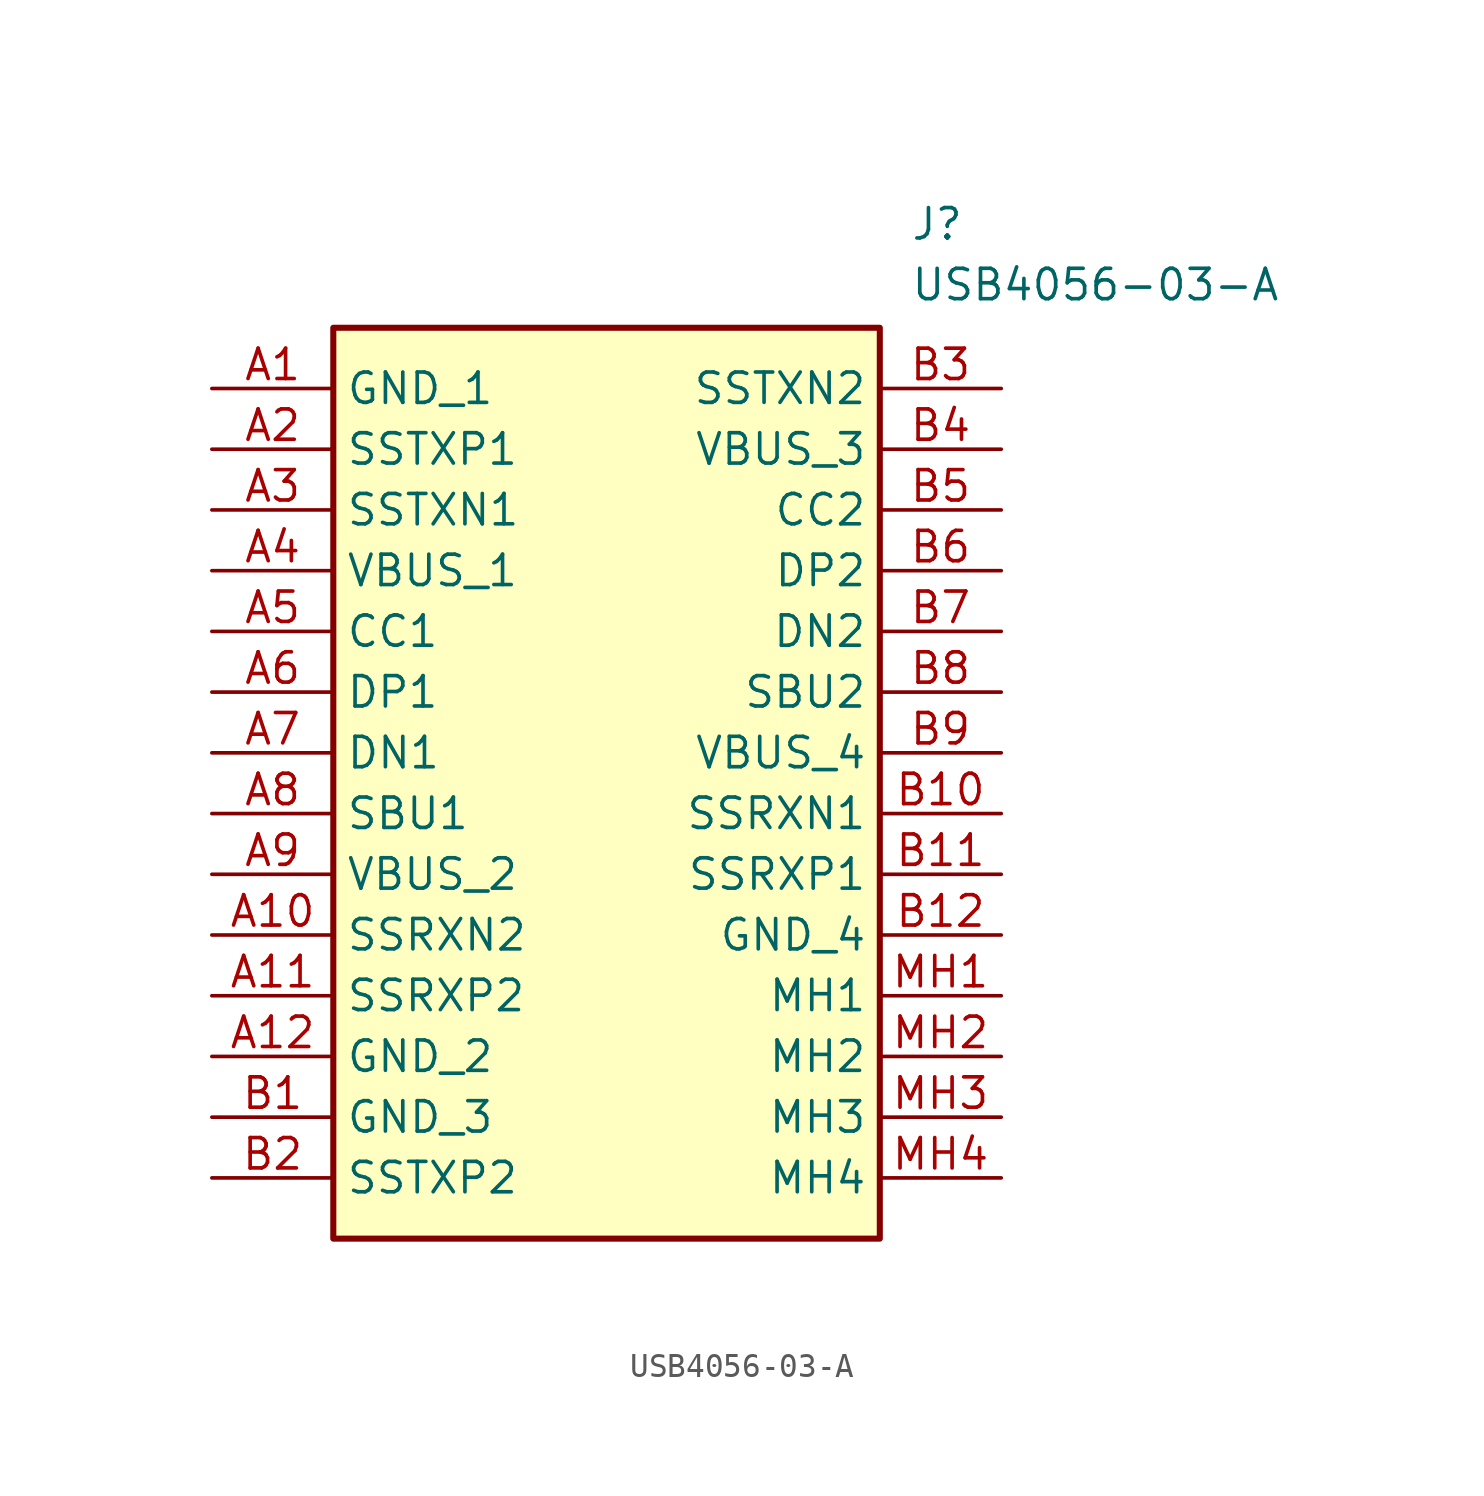
<source format=kicad_sym>
(kicad_symbol_lib
  (version 20211014)
  (generator SamacSys_ECAD_Model)
  (symbol "USB4056-03-A"
    (property "Reference" "J"
      (at 29.21 7.62 0)
      (effects (font (size 1.27 1.27)) (justify left top)))
    (property "Value" "USB4056-03-A"
      (at 29.21 5.08 0)
      (effects (font (size 1.27 1.27)) (justify left top)))
    (rectangle
      (start 5.08 2.54)
      (end 27.94 -35.56)
      (stroke (width 0.254) (type default))
      (fill (type background)))
    (pin passive line
      (at 0 0 0)
      (length 5.08)
      (name "GND_1" (effects (font (size 1.27 1.27))))
      (number "A1" (effects (font (size 1.27 1.27)))))
    (pin passive line
      (at 0 -2.54 0)
      (length 5.08)
      (name "SSTXP1" (effects (font (size 1.27 1.27))))
      (number "A2" (effects (font (size 1.27 1.27)))))
    (pin passive line
      (at 0 -5.08 0)
      (length 5.08)
      (name "SSTXN1" (effects (font (size 1.27 1.27))))
      (number "A3" (effects (font (size 1.27 1.27)))))
    (pin passive line
      (at 0 -7.62 0)
      (length 5.08)
      (name "VBUS_1" (effects (font (size 1.27 1.27))))
      (number "A4" (effects (font (size 1.27 1.27)))))
    (pin passive line
      (at 0 -10.16 0)
      (length 5.08)
      (name "CC1" (effects (font (size 1.27 1.27))))
      (number "A5" (effects (font (size 1.27 1.27)))))
    (pin passive line
      (at 0 -12.7 0)
      (length 5.08)
      (name "DP1" (effects (font (size 1.27 1.27))))
      (number "A6" (effects (font (size 1.27 1.27)))))
    (pin passive line
      (at 0 -15.24 0)
      (length 5.08)
      (name "DN1" (effects (font (size 1.27 1.27))))
      (number "A7" (effects (font (size 1.27 1.27)))))
    (pin passive line
      (at 0 -17.78 0)
      (length 5.08)
      (name "SBU1" (effects (font (size 1.27 1.27))))
      (number "A8" (effects (font (size 1.27 1.27)))))
    (pin passive line
      (at 0 -20.32 0)
      (length 5.08)
      (name "VBUS_2" (effects (font (size 1.27 1.27))))
      (number "A9" (effects (font (size 1.27 1.27)))))
    (pin passive line
      (at 0 -22.86 0)
      (length 5.08)
      (name "SSRXN2" (effects (font (size 1.27 1.27))))
      (number "A10" (effects (font (size 1.27 1.27)))))
    (pin passive line
      (at 0 -25.4 0)
      (length 5.08)
      (name "SSRXP2" (effects (font (size 1.27 1.27))))
      (number "A11" (effects (font (size 1.27 1.27)))))
    (pin passive line
      (at 0 -27.94 0)
      (length 5.08)
      (name "GND_2" (effects (font (size 1.27 1.27))))
      (number "A12" (effects (font (size 1.27 1.27)))))
    (pin passive line
      (at 0 -30.48 0)
      (length 5.08)
      (name "GND_3" (effects (font (size 1.27 1.27))))
      (number "B1" (effects (font (size 1.27 1.27)))))
    (pin passive line
      (at 0 -33.02 0)
      (length 5.08)
      (name "SSTXP2" (effects (font (size 1.27 1.27))))
      (number "B2" (effects (font (size 1.27 1.27)))))
    (pin passive line
      (at 33.02 0 180)
      (length 5.08)
      (name "SSTXN2" (effects (font (size 1.27 1.27))))
      (number "B3" (effects (font (size 1.27 1.27)))))
    (pin passive line
      (at 33.02 -2.54 180)
      (length 5.08)
      (name "VBUS_3" (effects (font (size 1.27 1.27))))
      (number "B4" (effects (font (size 1.27 1.27)))))
    (pin passive line
      (at 33.02 -5.08 180)
      (length 5.08)
      (name "CC2" (effects (font (size 1.27 1.27))))
      (number "B5" (effects (font (size 1.27 1.27)))))
    (pin passive line
      (at 33.02 -7.62 180)
      (length 5.08)
      (name "DP2" (effects (font (size 1.27 1.27))))
      (number "B6" (effects (font (size 1.27 1.27)))))
    (pin passive line
      (at 33.02 -10.16 180)
      (length 5.08)
      (name "DN2" (effects (font (size 1.27 1.27))))
      (number "B7" (effects (font (size 1.27 1.27)))))
    (pin passive line
      (at 33.02 -12.7 180)
      (length 5.08)
      (name "SBU2" (effects (font (size 1.27 1.27))))
      (number "B8" (effects (font (size 1.27 1.27)))))
    (pin passive line
      (at 33.02 -15.24 180)
      (length 5.08)
      (name "VBUS_4" (effects (font (size 1.27 1.27))))
      (number "B9" (effects (font (size 1.27 1.27)))))
    (pin passive line
      (at 33.02 -17.78 180)
      (length 5.08)
      (name "SSRXN1" (effects (font (size 1.27 1.27))))
      (number "B10" (effects (font (size 1.27 1.27)))))
    (pin passive line
      (at 33.02 -20.32 180)
      (length 5.08)
      (name "SSRXP1" (effects (font (size 1.27 1.27))))
      (number "B11" (effects (font (size 1.27 1.27)))))
    (pin passive line
      (at 33.02 -22.86 180)
      (length 5.08)
      (name "GND_4" (effects (font (size 1.27 1.27))))
      (number "B12" (effects (font (size 1.27 1.27)))))
    (pin passive line
      (at 33.02 -25.4 180)
      (length 5.08)
      (name "MH1" (effects (font (size 1.27 1.27))))
      (number "MH1" (effects (font (size 1.27 1.27)))))
    (pin passive line
      (at 33.02 -27.94 180)
      (length 5.08)
      (name "MH2" (effects (font (size 1.27 1.27))))
      (number "MH2" (effects (font (size 1.27 1.27)))))
    (pin passive line
      (at 33.02 -30.48 180)
      (length 5.08)
      (name "MH3" (effects (font (size 1.27 1.27))))
      (number "MH3" (effects (font (size 1.27 1.27)))))
    (pin passive line
      (at 33.02 -33.02 180)
      (length 5.08)
      (name "MH4" (effects (font (size 1.27 1.27))))
      (number "MH4" (effects (font (size 1.27 1.27)))))))
</source>
